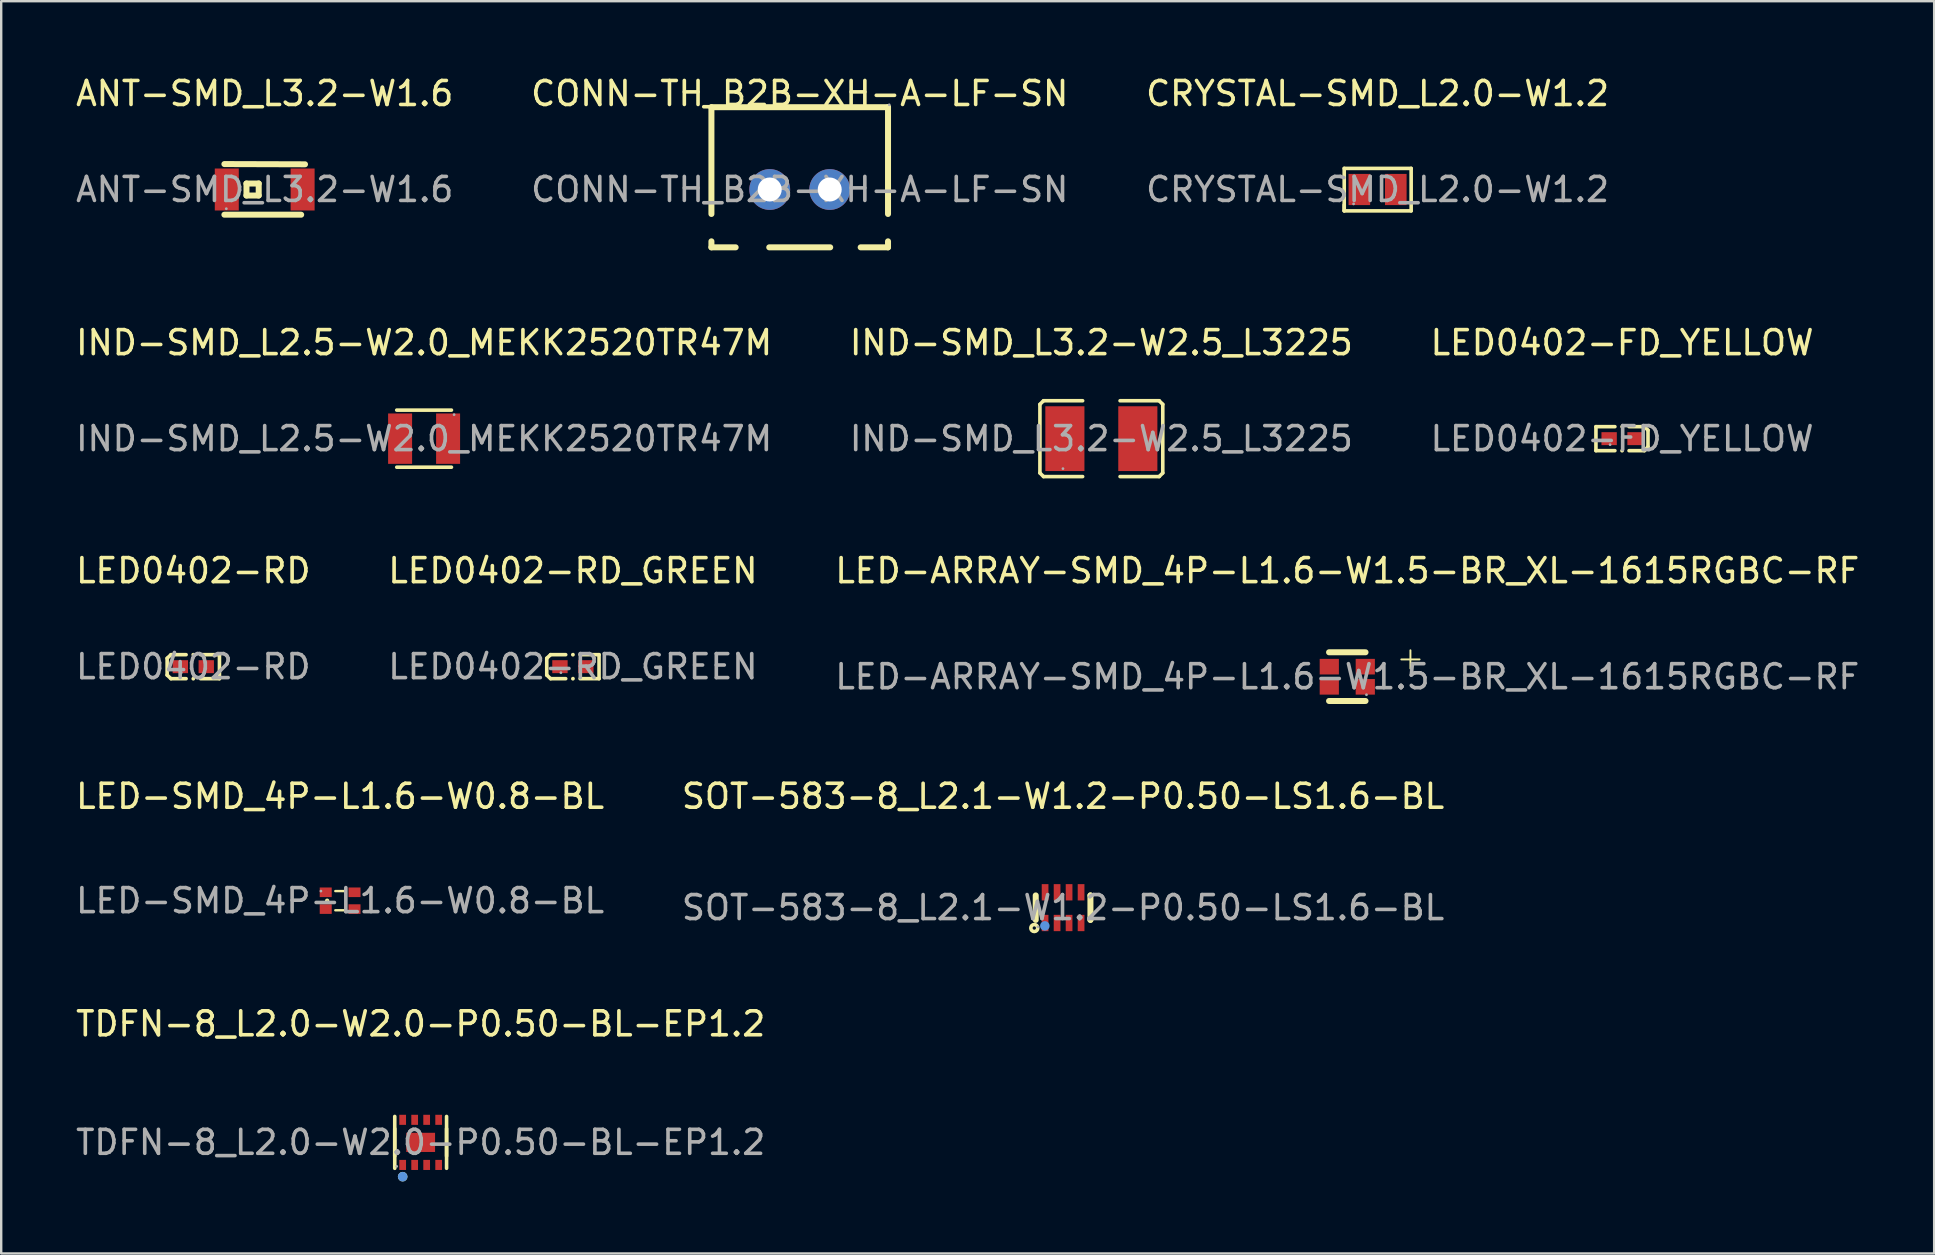
<source format=kicad_pcb>
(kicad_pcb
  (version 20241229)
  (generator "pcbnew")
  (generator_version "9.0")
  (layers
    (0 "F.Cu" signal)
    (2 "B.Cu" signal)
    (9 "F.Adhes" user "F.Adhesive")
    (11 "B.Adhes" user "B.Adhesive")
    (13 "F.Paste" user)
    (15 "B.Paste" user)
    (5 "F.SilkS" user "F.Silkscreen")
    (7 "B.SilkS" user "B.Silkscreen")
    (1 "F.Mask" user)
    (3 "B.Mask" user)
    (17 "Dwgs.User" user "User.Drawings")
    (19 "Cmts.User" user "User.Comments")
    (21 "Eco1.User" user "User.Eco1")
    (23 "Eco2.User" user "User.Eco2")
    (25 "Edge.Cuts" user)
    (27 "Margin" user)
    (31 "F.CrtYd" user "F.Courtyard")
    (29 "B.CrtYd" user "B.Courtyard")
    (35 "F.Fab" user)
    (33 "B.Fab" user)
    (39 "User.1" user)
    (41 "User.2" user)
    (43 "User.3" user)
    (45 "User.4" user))
  (footprint "LED-ARRAY-SMD_4P-L1.6-W1.5-BR_XL-1615RGBC-RF"
    (layer "F.Cu")
    (at 53.101 25.155)
    (property "Reference" "LED-ARRAY-SMD_4P-L1.6-W1.5-BR_XL-1615RGBC-RF" (at 0 -4.42 0) (layer "F.SilkS") (effects (font (size 1 1) (thickness 0.15))))
    (attr smd)
    (fp_line (start -0.76 -1.02) (end 0.76 -1.02) (stroke (width 0.25) (type solid)) (layer "F.SilkS"))
    (fp_line (start 0.76 1.01) (end -0.76 1.01) (stroke (width 0.25) (type solid)) (layer "F.SilkS"))
    (fp_circle (center 0.8 0.75) (end 0.83 0.75) (stroke (width 0.06) (type solid)) (fill no) (layer "F.Fab"))
    (fp_text user "+" (at 1.96 -0.8 180) (layer "F.SilkS") (effects (font (size 1 1) (thickness 0.08)) (justify left)))
    (fp_text user "${REFERENCE}" (at 0 0 0) (layer "F.Fab") (effects (font (size 1 1) (thickness 0.15))))
    (pad "1" smd rect (at 0.75 0.42 180) (size 0.8 0.65) (layers "F.Cu" "F.Mask" "F.Paste"))
    (pad "2" smd rect (at 0.75 -0.42 180) (size 0.8 0.65) (layers "F.Cu" "F.Mask" "F.Paste"))
    (pad "3" smd rect (at -0.75 -0.42 180) (size 0.8 0.65) (layers "F.Cu" "F.Mask" "F.Paste"))
    (pad "4" smd rect (at -0.75 0.42 180) (size 0.8 0.65) (layers "F.Cu" "F.Mask" "F.Paste")))
  (footprint "CONN-TH_B2B-XH-A-LF-SN"
    (layer "F.Cu")
    (at 30.28 4.848)
    (property "Reference" "CONN-TH_B2B-XH-A-LF-SN" (at 0 -4 0) (layer "F.SilkS") (effects (font (size 1 1) (thickness 0.15))))
    (attr through_hole)
    (fp_line (start -3.68 -3.43) (end 3.68 -3.43) (stroke (width 0.25) (type solid)) (layer "F.SilkS"))
    (fp_line (start -3.68 1.02) (end -3.68 -3.43) (stroke (width 0.25) (type solid)) (layer "F.SilkS"))
    (fp_line (start -3.68 2.41) (end -3.68 2.16) (stroke (width 0.25) (type solid)) (layer "F.SilkS"))
    (fp_line (start -3.68 2.41) (end -2.67 2.41) (stroke (width 0.25) (type solid)) (layer "F.SilkS"))
    (fp_line (start -1.27 2.41) (end 1.27 2.41) (stroke (width 0.25) (type solid)) (layer "F.SilkS"))
    (fp_line (start 3.68 -3.43) (end 3.68 1.02) (stroke (width 0.25) (type solid)) (layer "F.SilkS"))
    (fp_line (start 3.68 2.41) (end 2.54 2.41) (stroke (width 0.25) (type solid)) (layer "F.SilkS"))
    (fp_line (start 3.68 2.41) (end 3.68 2.16) (stroke (width 0.25) (type solid)) (layer "F.SilkS"))
    (fp_circle (center 3.73 -3.53) (end 3.76 -3.53) (stroke (width 0.06) (type solid)) (fill no) (layer "F.Fab"))
    (fp_text user "${REFERENCE}" (at 0 0 0) (layer "F.Fab") (effects (font (size 1 1) (thickness 0.15))))
    (pad "1" thru_hole circle (at 1.25 0 180) (size 1.7 1.7) (drill 1) (layers "*.Cu" "*.Mask"))
    (pad "2" thru_hole circle (at -1.25 0 180) (size 1.7 1.7) (drill 1) (layers "*.Cu" "*.Mask")))
  (footprint "IND-SMD_L3.2-W2.5_L3225"
    (layer "F.Cu")
    (at 42.851 15.232)
    (property "Reference" "IND-SMD_L3.2-W2.5_L3225" (at 0 -4 0) (layer "F.SilkS") (effects (font (size 1 1) (thickness 0.15))))
    (attr through_hole)
    (fp_line (start -2.56 -1.43) (end -2.56 1.43) (stroke (width 0.15) (type solid)) (layer "F.SilkS"))
    (fp_line (start -2.56 1.43) (end -2.41 1.58) (stroke (width 0.15) (type solid)) (layer "F.SilkS"))
    (fp_line (start -2.41 -1.58) (end -2.56 -1.43) (stroke (width 0.15) (type solid)) (layer "F.SilkS"))
    (fp_line (start -2.41 1.58) (end -0.78 1.58) (stroke (width 0.15) (type solid)) (layer "F.SilkS"))
    (fp_line (start -0.78 -1.58) (end -2.41 -1.58) (stroke (width 0.15) (type solid)) (layer "F.SilkS"))
    (fp_line (start 0.78 -1.58) (end 2.41 -1.58) (stroke (width 0.15) (type solid)) (layer "F.SilkS"))
    (fp_line (start 2.41 -1.58) (end 2.56 -1.43) (stroke (width 0.15) (type solid)) (layer "F.SilkS"))
    (fp_line (start 2.41 1.58) (end 0.78 1.58) (stroke (width 0.15) (type solid)) (layer "F.SilkS"))
    (fp_line (start 2.56 -1.43) (end 2.56 1.43) (stroke (width 0.15) (type solid)) (layer "F.SilkS"))
    (fp_line (start 2.56 1.43) (end 2.41 1.58) (stroke (width 0.15) (type solid)) (layer "F.SilkS"))
    (fp_circle (center -1.6 1.25) (end -1.57 1.25) (stroke (width 0.06) (type solid)) (fill no) (layer "F.Fab"))
    (fp_text user "${REFERENCE}" (at 0 0 0) (layer "F.Fab") (effects (font (size 1 1) (thickness 0.15))))
    (pad "1" smd rect (at -1.52 0) (size 1.63 2.7) (layers "F.Cu" "F.Mask" "F.Paste"))
    (pad "2" smd rect (at 1.52 0) (size 1.63 2.7) (layers "F.Cu" "F.Mask" "F.Paste")))
  (footprint "CRYSTAL-SMD_L2.0-W1.2"
    (layer "F.Cu")
    (at 54.363 4.848)
    (property "Reference" "CRYSTAL-SMD_L2.0-W1.2" (at 0 -4 0) (layer "F.SilkS") (effects (font (size 1 1) (thickness 0.15))))
    (attr smd)
    (fp_line (start -1.39 -0.88) (end 1.4 -0.88) (stroke (width 0.15) (type solid)) (layer "F.SilkS"))
    (fp_line (start -1.39 0.88) (end -1.39 -0.88) (stroke (width 0.15) (type solid)) (layer "F.SilkS"))
    (fp_line (start -1.39 0.89) (end -1.39 0.64) (stroke (width 0.15) (type solid)) (layer "F.SilkS"))
    (fp_line (start 1.4 -0.88) (end 1.4 0.89) (stroke (width 0.15) (type solid)) (layer "F.SilkS"))
    (fp_line (start 1.4 0.89) (end -1.39 0.89) (stroke (width 0.15) (type solid)) (layer "F.SilkS"))
    (fp_circle (center -1 0.6) (end -0.97 0.6) (stroke (width 0.06) (type solid)) (fill no) (layer "F.Fab"))
    (fp_text user "${REFERENCE}" (at 0 0 0) (layer "F.Fab") (effects (font (size 1 1) (thickness 0.15))))
    (pad "1" smd rect (at -0.76 0) (size 0.9 1.3) (layers "F.Cu" "F.Mask" "F.Paste"))
    (pad "2" smd rect (at 0.76 0) (size 0.9 1.3) (layers "F.Cu" "F.Mask" "F.Paste")))
  (footprint "LED0402-FD_YELLOW"
    (layer "F.Cu")
    (at 64.554 15.232)
    (property "Reference" "LED0402-FD_YELLOW" (at 0 -4 0) (layer "F.SilkS") (effects (font (size 1 1) (thickness 0.15))))
    (attr through_hole)
    (fp_line (start -1.09 -0.5) (end -0.3 -0.5) (stroke (width 0.15) (type solid)) (layer "F.SilkS"))
    (fp_line (start -1.09 0.5) (end -1.09 -0.5) (stroke (width 0.15) (type solid)) (layer "F.SilkS"))
    (fp_line (start -0.3 0.5) (end -1.09 0.5) (stroke (width 0.15) (type solid)) (layer "F.SilkS"))
    (fp_line (start 0.29 0.5) (end 0.93 0.5) (stroke (width 0.15) (type solid)) (layer "F.SilkS"))
    (fp_line (start 0.93 -0.5) (end 0.29 -0.5) (stroke (width 0.15) (type solid)) (layer "F.SilkS"))
    (fp_line (start 0.93 0.5) (end 1.08 0.34) (stroke (width 0.15) (type solid)) (layer "F.SilkS"))
    (fp_line (start 1.08 -0.35) (end 0.93 -0.5) (stroke (width 0.15) (type solid)) (layer "F.SilkS"))
    (fp_line (start 1.08 0.34) (end 1.08 -0.35) (stroke (width 0.15) (type solid)) (layer "F.SilkS"))
    (fp_circle (center 0 -0.5) (end 0.04 -0.5) (stroke (width 0.08) (type solid)) (fill no) (layer "F.SilkS"))
    (fp_circle (center 0 0.5) (end 0.04 0.5) (stroke (width 0.08) (type solid)) (fill no) (layer "F.SilkS"))
    (fp_circle (center -0.5 0.25) (end -0.47 0.25) (stroke (width 0.06) (type solid)) (fill no) (layer "F.Fab"))
    (fp_text user "${REFERENCE}" (at 0 0 0) (layer "F.Fab") (effects (font (size 1 1) (thickness 0.15))))
    (pad "1" smd rect (at -0.54 0) (size 0.64 0.54) (layers "F.Cu" "F.Mask" "F.Paste"))
    (pad "2" smd rect (at 0.54 0) (size 0.64 0.54) (layers "F.Cu" "F.Mask" "F.Paste")))
  (footprint "LED-SMD_4P-L1.6-W0.8-BL"
    (layer "F.Cu")
    (at 11.125 34.488)
    (property "Reference" "LED-SMD_4P-L1.6-W0.8-BL" (at 0 -4.35 0) (layer "F.SilkS") (effects (font (size 1 1) (thickness 0.15))))
    (attr smd)
    (fp_line (start -0.2 -0.4) (end 0.2 -0.4) (stroke (width 0.1) (type solid)) (layer "F.SilkS"))
    (fp_line (start -0.2 0.4) (end 0.2 0.4) (stroke (width 0.1) (type solid)) (layer "F.SilkS"))
    (fp_circle (center -0.54 0) (end -0.49 0) (stroke (width 0.08) (type solid)) (fill no) (layer "F.SilkS"))
    (fp_circle (center -0.8 -0.4) (end -0.77 -0.4) (stroke (width 0.06) (type solid)) (fill no) (layer "F.Fab"))
    (fp_text user "${REFERENCE}" (at 0 0 0) (layer "F.Fab") (effects (font (size 1 1) (thickness 0.15))))
    (pad "1" smd rect (at -0.6 -0.35) (size 0.5 0.4) (layers "F.Cu" "F.Mask" "F.Paste"))
    (pad "2" smd rect (at 0.6 -0.35) (size 0.5 0.4) (layers "F.Cu" "F.Mask" "F.Paste"))
    (pad "3" smd rect (at -0.6 0.35) (size 0.5 0.4) (layers "F.Cu" "F.Mask" "F.Paste"))
    (pad "4" smd rect (at 0.6 0.35) (size 0.5 0.4) (layers "F.Cu" "F.Mask" "F.Paste")))
  (footprint "ANT-SMD_L3.2-W1.6"
    (layer "F.Cu")
    (at 7.982 4.848)
    (property "Reference" "ANT-SMD_L3.2-W1.6" (at 0 -4 0) (layer "F.SilkS") (effects (font (size 1 1) (thickness 0.15))))
    (attr smd)
    (fp_line (start -1.68 -1.06) (end 1.68 -1.05) (stroke (width 0.25) (type solid)) (layer "F.SilkS"))
    (fp_line (start -0.76 -0.25) (end -0.76 0.25) (stroke (width 0.25) (type solid)) (layer "F.SilkS"))
    (fp_line (start -0.76 0.25) (end -0.25 0.25) (stroke (width 0.25) (type solid)) (layer "F.SilkS"))
    (fp_line (start -0.25 -0.25) (end -0.76 -0.25) (stroke (width 0.25) (type solid)) (layer "F.SilkS"))
    (fp_line (start -0.25 0.25) (end -0.25 -0.25) (stroke (width 0.25) (type solid)) (layer "F.SilkS"))
    (fp_line (start 1.52 1.05) (end -1.68 1.05) (stroke (width 0.25) (type solid)) (layer "F.SilkS"))
    (fp_circle (center -1.6 0.8) (end -1.57 0.8) (stroke (width 0.06) (type solid)) (fill no) (layer "F.Fab"))
    (fp_text user "${REFERENCE}" (at 0 0 0) (layer "F.Fab") (effects (font (size 1 1) (thickness 0.15))))
    (pad "1" smd rect (at -1.58 0) (size 1 1.75) (layers "F.Cu" "F.Mask" "F.Paste"))
    (pad "2" smd rect (at 1.58 0) (size 1 1.75) (layers "F.Cu" "F.Mask" "F.Paste")))
  (footprint "SOT-583-8_L2.1-W1.2-P0.50-LS1.6-BL"
    (layer "F.Cu")
    (at 41.256 34.778)
    (property "Reference" "SOT-583-8_L2.1-W1.2-P0.50-LS1.6-BL" (at 0 -4.64 0) (layer "F.SilkS") (effects (font (size 1 1) (thickness 0.15))))
    (attr smd)
    (fp_line (start -1.14 -0.51) (end -1.14 0.51) (stroke (width 0.25) (type solid)) (layer "F.SilkS"))
    (fp_line (start 1.14 -0.51) (end 1.14 -0.51) (stroke (width 0.25) (type solid)) (layer "F.SilkS"))
    (fp_line (start 1.14 0.51) (end 1.14 -0.51) (stroke (width 0.25) (type solid)) (layer "F.SilkS"))
    (fp_line (start 1.14 0.51) (end 1.14 0.51) (stroke (width 0.25) (type solid)) (layer "F.SilkS"))
    (fp_circle (center -1.2 0.85) (end -1.13 0.85) (stroke (width 0.15) (type solid)) (fill no) (layer "F.SilkS"))
    (fp_circle (center -0.76 0.76) (end -0.66 0.76) (stroke (width 0.2) (type solid)) (fill no) (layer "Cmts.User"))
    (fp_circle (center -1.05 0.8) (end -1.02 0.8) (stroke (width 0.06) (type solid)) (fill no) (layer "F.Fab"))
    (fp_text user "${REFERENCE}" (at 0 0 0) (layer "F.Fab") (effects (font (size 1 1) (thickness 0.15))))
    (pad "1" smd rect (at -0.75 0.64) (size 0.28 0.68) (layers "F.Cu" "F.Mask" "F.Paste"))
    (pad "2" smd rect (at -0.25 0.64) (size 0.28 0.68) (layers "F.Cu" "F.Mask" "F.Paste"))
    (pad "3" smd rect (at 0.25 0.64) (size 0.28 0.68) (layers "F.Cu" "F.Mask" "F.Paste"))
    (pad "4" smd rect (at 0.75 0.64) (size 0.28 0.68) (layers "F.Cu" "F.Mask" "F.Paste"))
    (pad "5" smd rect (at 0.75 -0.64) (size 0.28 0.68) (layers "F.Cu" "F.Mask" "F.Paste"))
    (pad "6" smd rect (at 0.25 -0.64) (size 0.28 0.68) (layers "F.Cu" "F.Mask" "F.Paste"))
    (pad "7" smd rect (at -0.25 -0.64) (size 0.28 0.68) (layers "F.Cu" "F.Mask" "F.Paste"))
    (pad "8" smd rect (at -0.75 -0.64) (size 0.28 0.68) (layers "F.Cu" "F.Mask" "F.Paste")))
  (footprint "LED0402-RD_GREEN"
    (layer "F.Cu")
    (at 20.827 24.735)
    (property "Reference" "LED0402-RD_GREEN" (at 0 -4 0) (layer "F.SilkS") (effects (font (size 1 1) (thickness 0.15))))
    (attr smd)
    (fp_line (start -1.09 -0.35) (end -0.93 -0.5) (stroke (width 0.15) (type solid)) (layer "F.SilkS"))
    (fp_line (start -1.09 0.35) (end -1.09 -0.35) (stroke (width 0.15) (type solid)) (layer "F.SilkS"))
    (fp_line (start -0.93 -0.5) (end -0.3 -0.5) (stroke (width 0.15) (type solid)) (layer "F.SilkS"))
    (fp_line (start -0.93 0.5) (end -1.09 0.35) (stroke (width 0.15) (type solid)) (layer "F.SilkS"))
    (fp_line (start -0.3 0.5) (end -0.93 0.5) (stroke (width 0.15) (type solid)) (layer "F.SilkS"))
    (fp_line (start 0.3 0.5) (end 1.09 0.5) (stroke (width 0.15) (type solid)) (layer "F.SilkS"))
    (fp_line (start 1.09 -0.5) (end 0.3 -0.5) (stroke (width 0.15) (type solid)) (layer "F.SilkS"))
    (fp_line (start 1.09 0.5) (end 1.09 -0.5) (stroke (width 0.15) (type solid)) (layer "F.SilkS"))
    (fp_circle (center 0 -0.5) (end 0.04 -0.5) (stroke (width 0.08) (type solid)) (fill no) (layer "F.SilkS"))
    (fp_circle (center 0 0.5) (end 0.04 0.5) (stroke (width 0.08) (type solid)) (fill no) (layer "F.SilkS"))
    (fp_circle (center -0.5 0.25) (end -0.47 0.25) (stroke (width 0.06) (type solid)) (fill no) (layer "F.Fab"))
    (fp_text user "${REFERENCE}" (at 0 0 0) (layer "F.Fab") (effects (font (size 1 1) (thickness 0.15))))
    (pad "1" smd rect (at -0.54 0) (size 0.64 0.54) (layers "F.Cu" "F.Mask" "F.Paste"))
    (pad "2" smd rect (at 0.54 0) (size 0.64 0.54) (layers "F.Cu" "F.Mask" "F.Paste")))
  (footprint "LED0402-RD"
    (layer "F.Cu")
    (at 5.006 24.735)
    (property "Reference" "LED0402-RD" (at 0 -4 0) (layer "F.SilkS") (effects (font (size 1 1) (thickness 0.15))))
    (attr smd)
    (fp_line (start -1.09 -0.35) (end -0.93 -0.5) (stroke (width 0.15) (type solid)) (layer "F.SilkS"))
    (fp_line (start -1.09 0.35) (end -1.09 -0.35) (stroke (width 0.15) (type solid)) (layer "F.SilkS"))
    (fp_line (start -0.93 -0.5) (end -0.3 -0.5) (stroke (width 0.15) (type solid)) (layer "F.SilkS"))
    (fp_line (start -0.93 0.5) (end -1.09 0.35) (stroke (width 0.15) (type solid)) (layer "F.SilkS"))
    (fp_line (start -0.3 0.5) (end -0.93 0.5) (stroke (width 0.15) (type solid)) (layer "F.SilkS"))
    (fp_line (start 0.3 0.5) (end 1.09 0.5) (stroke (width 0.15) (type solid)) (layer "F.SilkS"))
    (fp_line (start 1.09 -0.5) (end 0.3 -0.5) (stroke (width 0.15) (type solid)) (layer "F.SilkS"))
    (fp_line (start 1.09 0.5) (end 1.09 -0.5) (stroke (width 0.15) (type solid)) (layer "F.SilkS"))
    (fp_circle (center 0 -0.5) (end 0.04 -0.5) (stroke (width 0.08) (type solid)) (fill no) (layer "F.SilkS"))
    (fp_circle (center 0 0.5) (end 0.04 0.5) (stroke (width 0.08) (type solid)) (fill no) (layer "F.SilkS"))
    (fp_circle (center -0.5 0.25) (end -0.47 0.25) (stroke (width 0.06) (type solid)) (fill no) (layer "F.Fab"))
    (fp_text user "${REFERENCE}" (at 0 0 0) (layer "F.Fab") (effects (font (size 1 1) (thickness 0.15))))
    (pad "1" smd rect (at -0.54 0) (size 0.64 0.54) (layers "F.Cu" "F.Mask" "F.Paste"))
    (pad "2" smd rect (at 0.54 0) (size 0.64 0.54) (layers "F.Cu" "F.Mask" "F.Paste")))
  (footprint "IND-SMD_L2.5-W2.0_MEKK2520TR47M"
    (layer "F.Cu")
    (at 14.625 15.232)
    (property "Reference" "IND-SMD_L2.5-W2.0_MEKK2520TR47M" (at 0 -4 0) (layer "F.SilkS") (effects (font (size 1 1) (thickness 0.15))))
    (attr through_hole)
    (fp_line (start -1.14 -1.19) (end 1.14 -1.19) (stroke (width 0.15) (type solid)) (layer "F.SilkS"))
    (fp_line (start -1.14 1.19) (end 1.14 1.19) (stroke (width 0.15) (type solid)) (layer "F.SilkS"))
    (fp_circle (center 1.25 -1) (end 1.28 -1) (stroke (width 0.06) (type solid)) (fill no) (layer "F.Fab"))
    (fp_text user "${REFERENCE}" (at 0 0 0) (layer "F.Fab") (effects (font (size 1 1) (thickness 0.15))))
    (pad "1" smd rect (at 1 0) (size 1 2.1) (layers "F.Cu" "F.Mask" "F.Paste"))
    (pad "2" smd rect (at -1 0) (size 1 2.1) (layers "F.Cu" "F.Mask" "F.Paste")))
  (footprint "TDFN-8_L2.0-W2.0-P0.50-BL-EP1.2"
    (layer "F.Cu")
    (at 14.482 44.561)
    (property "Reference" "TDFN-8_L2.0-W2.0-P0.50-BL-EP1.2" (at 0 -4.94 0) (layer "F.SilkS") (effects (font (size 1 1) (thickness 0.15))))
    (attr smd)
    (fp_line (start -1.08 -1.08) (end -1.08 0.57) (stroke (width 0.15) (type solid)) (layer "F.SilkS"))
    (fp_line (start -1.08 1.08) (end -1.08 -0.57) (stroke (width 0.15) (type solid)) (layer "F.SilkS"))
    (fp_line (start 1.08 -1.08) (end 1.08 0.57) (stroke (width 0.15) (type solid)) (layer "F.SilkS"))
    (fp_line (start 1.08 1.08) (end 1.08 -0.57) (stroke (width 0.15) (type solid)) (layer "F.SilkS"))
    (fp_circle (center -0.75 1.43) (end -0.65 1.43) (stroke (width 0.2) (type solid)) (fill no) (layer "F.SilkS"))
    (fp_circle (center -0.75 1.43) (end -0.65 1.43) (stroke (width 0.2) (type solid)) (fill no) (layer "Cmts.User"))
    (fp_circle (center -1 1) (end -0.97 1) (stroke (width 0.06) (type solid)) (fill no) (layer "F.Fab"))
    (fp_text user "${REFERENCE}" (at 0 0 0) (layer "F.Fab") (effects (font (size 1 1) (thickness 0.15))))
    (pad "1" smd rect (at -0.75 0.94) (size 0.28 0.42) (layers "F.Cu" "F.Mask" "F.Paste"))
    (pad "2" smd rect (at -0.25 0.94) (size 0.28 0.42) (layers "F.Cu" "F.Mask" "F.Paste"))
    (pad "3" smd rect (at 0.25 0.94) (size 0.28 0.42) (layers "F.Cu" "F.Mask" "F.Paste"))
    (pad "4" smd rect (at 0.75 0.94) (size 0.28 0.42) (layers "F.Cu" "F.Mask" "F.Paste"))
    (pad "5" smd rect (at 0.75 -0.94) (size 0.28 0.42) (layers "F.Cu" "F.Mask" "F.Paste"))
    (pad "6" smd rect (at 0.25 -0.94) (size 0.28 0.42) (layers "F.Cu" "F.Mask" "F.Paste"))
    (pad "7" smd rect (at -0.25 -0.94) (size 0.28 0.42) (layers "F.Cu" "F.Mask" "F.Paste"))
    (pad "8" smd rect (at -0.75 -0.94) (size 0.28 0.42) (layers "F.Cu" "F.Mask" "F.Paste"))
    (pad "9" smd rect (at 0 0) (size 1.2 0.8) (layers "F.Cu" "F.Mask" "F.Paste")))
  (gr_rect
    (start -3 -3)
    (end 77.56 49.191)
    (stroke (width 0.1) (type default))
    (fill no)
    (layer "Edge.Cuts")))
</source>
